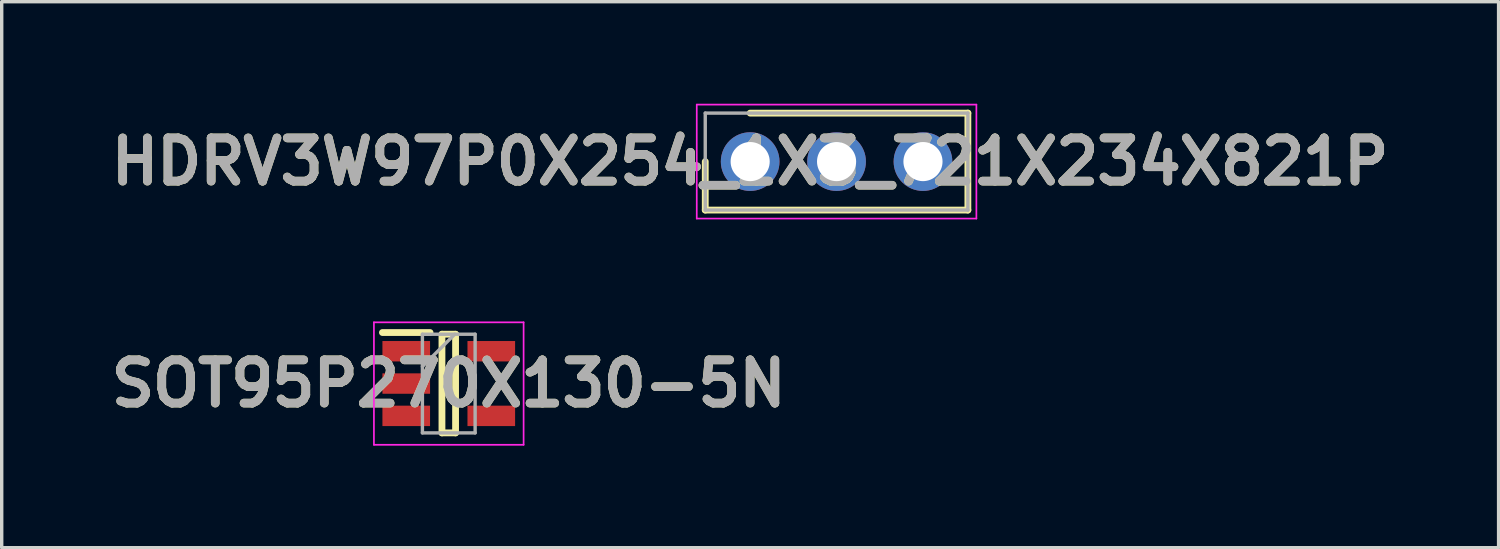
<source format=kicad_pcb>
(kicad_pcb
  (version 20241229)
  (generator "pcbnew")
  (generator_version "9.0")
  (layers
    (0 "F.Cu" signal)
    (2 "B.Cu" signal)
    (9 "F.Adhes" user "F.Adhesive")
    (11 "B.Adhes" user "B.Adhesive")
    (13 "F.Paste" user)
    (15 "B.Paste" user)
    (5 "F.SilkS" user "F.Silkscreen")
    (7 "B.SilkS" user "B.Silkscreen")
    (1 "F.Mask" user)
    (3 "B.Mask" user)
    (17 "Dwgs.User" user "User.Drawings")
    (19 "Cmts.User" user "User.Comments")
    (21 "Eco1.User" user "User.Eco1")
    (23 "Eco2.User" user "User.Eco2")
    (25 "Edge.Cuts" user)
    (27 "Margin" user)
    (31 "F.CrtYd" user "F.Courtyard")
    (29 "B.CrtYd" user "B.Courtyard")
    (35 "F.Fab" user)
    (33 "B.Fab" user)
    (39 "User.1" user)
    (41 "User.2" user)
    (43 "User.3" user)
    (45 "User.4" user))
  (footprint "HDRV3W97P0X254_1X3_721X234X821P"
    (layer "F.Cu")
    (at 19.002 1.7)
    (property "Reference" "HDRV3W97P0X254_1X3_721X234X821P" (at 0 0 0) (layer "F.SilkS") (effects (font (size 1.27 1.27) (thickness 0.254))))
    (attr through_hole)
    (fp_line (start -1.32 0) (end -1.32 1.425) (stroke (width 0.2) (type solid)) (layer "F.SilkS"))
    (fp_line (start -1.32 1.425) (end 6.4 1.425) (stroke (width 0.2) (type solid)) (layer "F.SilkS"))
    (fp_line (start 6.4 -1.425) (end 0 -1.425) (stroke (width 0.2) (type solid)) (layer "F.SilkS"))
    (fp_line (start 6.4 1.425) (end 6.4 -1.425) (stroke (width 0.2) (type solid)) (layer "F.SilkS"))
    (fp_line (start -1.57 -1.675) (end 6.65 -1.675) (stroke (width 0.05) (type solid)) (layer "F.CrtYd"))
    (fp_line (start -1.57 1.675) (end -1.57 -1.675) (stroke (width 0.05) (type solid)) (layer "F.CrtYd"))
    (fp_line (start 6.65 -1.675) (end 6.65 1.675) (stroke (width 0.05) (type solid)) (layer "F.CrtYd"))
    (fp_line (start 6.65 1.675) (end -1.57 1.675) (stroke (width 0.05) (type solid)) (layer "F.CrtYd"))
    (fp_line (start -1.32 -1.425) (end 6.4 -1.425) (stroke (width 0.1) (type solid)) (layer "F.Fab"))
    (fp_line (start -1.32 1.425) (end -1.32 -1.425) (stroke (width 0.1) (type solid)) (layer "F.Fab"))
    (fp_line (start 6.4 -1.425) (end 6.4 1.425) (stroke (width 0.1) (type solid)) (layer "F.Fab"))
    (fp_line (start 6.4 1.425) (end -1.32 1.425) (stroke (width 0.1) (type solid)) (layer "F.Fab"))
    (fp_text user "${REFERENCE}" (at 0 0 0) (layer "F.Fab") (effects (font (size 1.27 1.27) (thickness 0.254))))
    (pad "1" thru_hole circle (at 0 0) (size 1.725 1.725) (drill 1.15) (layers "*.Cu" "*.Mask"))
    (pad "2" thru_hole circle (at 2.54 0) (size 1.725 1.725) (drill 1.15) (layers "*.Cu" "*.Mask"))
    (pad "3" thru_hole circle (at 5.08 0) (size 1.725 1.725) (drill 1.15) (layers "*.Cu" "*.Mask")))
  (footprint "SOT95P270X130-5N"
    (layer "F.Cu")
    (at 10.142 8.225)
    (property "Reference" "SOT95P270X130-5N" (at 0 0 0) (layer "F.SilkS") (effects (font (size 1.27 1.27) (thickness 0.254))))
    (attr smd)
    (fp_line (start -1.95 -1.5) (end -0.55 -1.5) (stroke (width 0.2) (type solid)) (layer "F.SilkS"))
    (fp_line (start -0.2 -1.45) (end 0.2 -1.45) (stroke (width 0.2) (type solid)) (layer "F.SilkS"))
    (fp_line (start -0.2 1.45) (end -0.2 -1.45) (stroke (width 0.2) (type solid)) (layer "F.SilkS"))
    (fp_line (start 0.2 -1.45) (end 0.2 1.45) (stroke (width 0.2) (type solid)) (layer "F.SilkS"))
    (fp_line (start 0.2 1.45) (end -0.2 1.45) (stroke (width 0.2) (type solid)) (layer "F.SilkS"))
    (fp_line (start -2.2 -1.8) (end 2.2 -1.8) (stroke (width 0.05) (type solid)) (layer "F.CrtYd"))
    (fp_line (start -2.2 1.8) (end -2.2 -1.8) (stroke (width 0.05) (type solid)) (layer "F.CrtYd"))
    (fp_line (start 2.2 -1.8) (end 2.2 1.8) (stroke (width 0.05) (type solid)) (layer "F.CrtYd"))
    (fp_line (start 2.2 1.8) (end -2.2 1.8) (stroke (width 0.05) (type solid)) (layer "F.CrtYd"))
    (fp_line (start -0.775 -1.45) (end 0.775 -1.45) (stroke (width 0.1) (type solid)) (layer "F.Fab"))
    (fp_line (start -0.775 -0.5) (end 0.175 -1.45) (stroke (width 0.1) (type solid)) (layer "F.Fab"))
    (fp_line (start -0.775 1.45) (end -0.775 -1.45) (stroke (width 0.1) (type solid)) (layer "F.Fab"))
    (fp_line (start 0.775 -1.45) (end 0.775 1.45) (stroke (width 0.1) (type solid)) (layer "F.Fab"))
    (fp_line (start 0.775 1.45) (end -0.775 1.45) (stroke (width 0.1) (type solid)) (layer "F.Fab"))
    (fp_text user "${REFERENCE}" (at 0 0 0) (layer "F.Fab") (effects (font (size 1.27 1.27) (thickness 0.254))))
    (pad "1" smd rect (at -1.25 -0.95 90) (size 0.6 1.4) (layers "F.Cu" "F.Mask" "F.Paste"))
    (pad "2" smd rect (at -1.25 0 90) (size 0.6 1.4) (layers "F.Cu" "F.Mask" "F.Paste"))
    (pad "3" smd rect (at -1.25 0.95 90) (size 0.6 1.4) (layers "F.Cu" "F.Mask" "F.Paste"))
    (pad "4" smd rect (at 1.25 0.95 90) (size 0.6 1.4) (layers "F.Cu" "F.Mask" "F.Paste"))
    (pad "5" smd rect (at 1.25 -0.95 90) (size 0.6 1.4) (layers "F.Cu" "F.Mask" "F.Paste")))
  (gr_rect
    (start -3 -3)
    (end 41.003 13.05)
    (stroke (width 0.1) (type default))
    (fill no)
    (layer "Edge.Cuts")))
</source>
